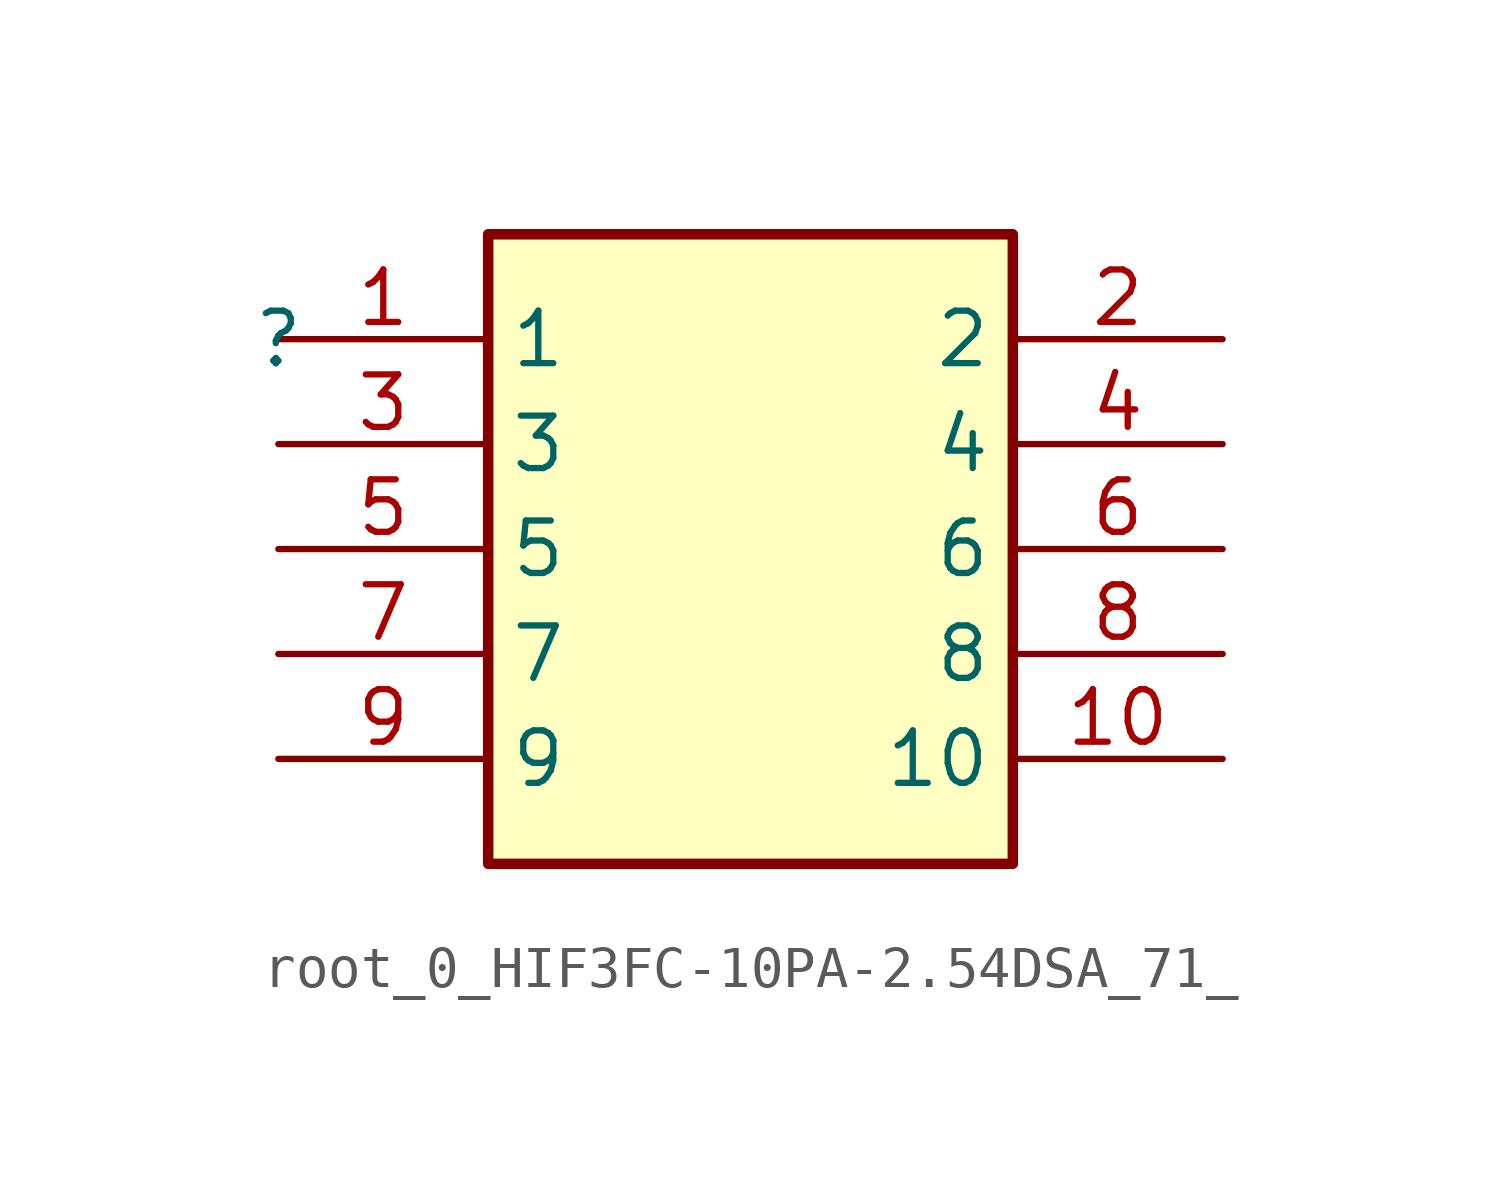
<source format=kicad_sym>
(kicad_symbol_lib
  (version 20220914)
  (generator kicad_symbol_editor)
  (symbol "root_0_HIF3FC-10PA-2.54DSA_71_"
    (property "Reference" ""
      (at 0 0 0)
      (effects (font (size 1.27 1.27))))
    (property "Value" ""
      (at 0 0 0)
      (effects (font (size 1.27 1.27))))
    (symbol "root_0_HIF3FC-10PA-2.54DSA_71__1_0"
      (rectangle (start 17.78 2.54) (end 5.08 -12.7) (stroke (width 0.254) (type solid)) (fill (type background)))
      (pin passive line (at 0 0 0) (length 5.08) (name "1" (effects (font (size 1.27 1.27)))) (number "1" (effects (font (size 1.27 1.27)))))
      (pin passive line (at 22.86 -10.16 180) (length 5.08) (name "10" (effects (font (size 1.27 1.27)))) (number "10" (effects (font (size 1.27 1.27)))))
      (pin passive line (at 22.86 0 180) (length 5.08) (name "2" (effects (font (size 1.27 1.27)))) (number "2" (effects (font (size 1.27 1.27)))))
      (pin passive line (at 0 -2.54 0) (length 5.08) (name "3" (effects (font (size 1.27 1.27)))) (number "3" (effects (font (size 1.27 1.27)))))
      (pin passive line (at 22.86 -2.54 180) (length 5.08) (name "4" (effects (font (size 1.27 1.27)))) (number "4" (effects (font (size 1.27 1.27)))))
      (pin passive line (at 0 -5.08 0) (length 5.08) (name "5" (effects (font (size 1.27 1.27)))) (number "5" (effects (font (size 1.27 1.27)))))
      (pin passive line (at 22.86 -5.08 180) (length 5.08) (name "6" (effects (font (size 1.27 1.27)))) (number "6" (effects (font (size 1.27 1.27)))))
      (pin passive line (at 0 -7.62 0) (length 5.08) (name "7" (effects (font (size 1.27 1.27)))) (number "7" (effects (font (size 1.27 1.27)))))
      (pin passive line (at 22.86 -7.62 180) (length 5.08) (name "8" (effects (font (size 1.27 1.27)))) (number "8" (effects (font (size 1.27 1.27)))))
      (pin passive line (at 0 -10.16 0) (length 5.08) (name "9" (effects (font (size 1.27 1.27)))) (number "9" (effects (font (size 1.27 1.27))))))))
</source>
